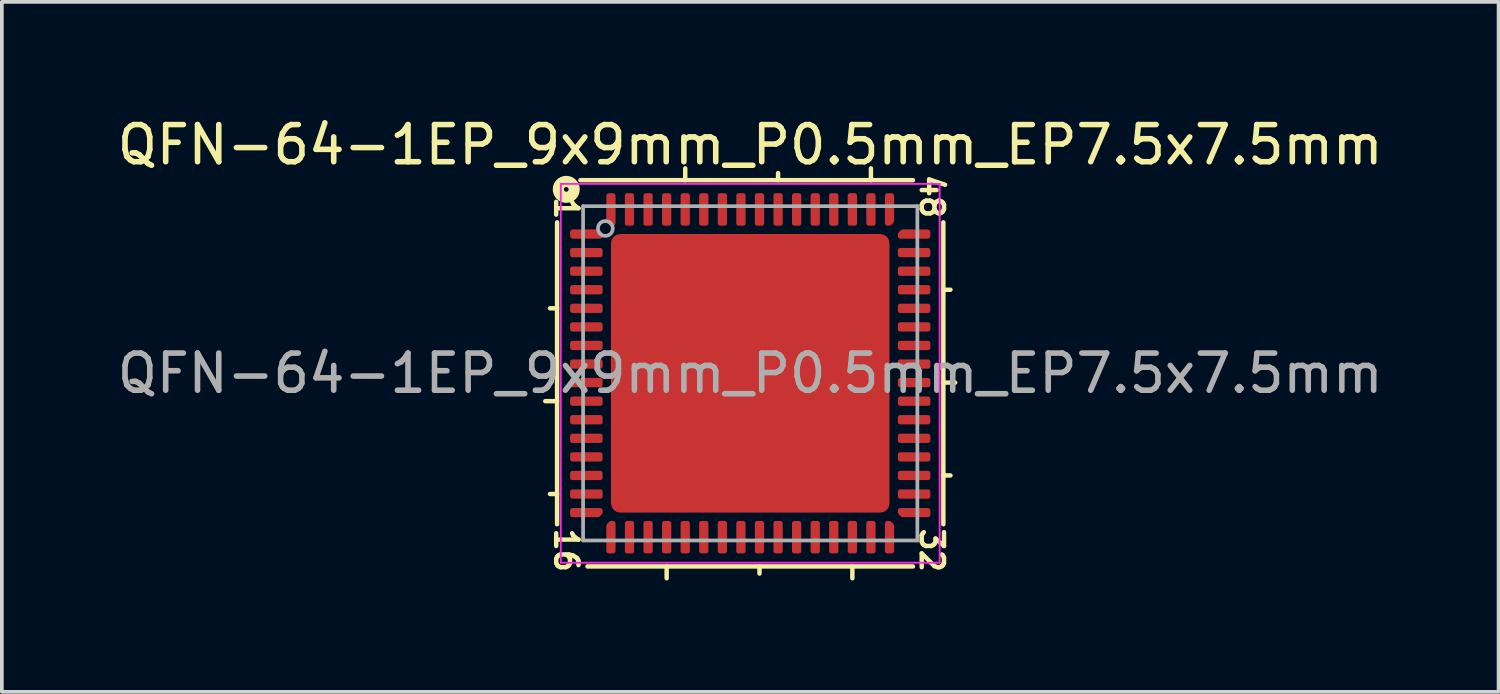
<source format=kicad_pcb>
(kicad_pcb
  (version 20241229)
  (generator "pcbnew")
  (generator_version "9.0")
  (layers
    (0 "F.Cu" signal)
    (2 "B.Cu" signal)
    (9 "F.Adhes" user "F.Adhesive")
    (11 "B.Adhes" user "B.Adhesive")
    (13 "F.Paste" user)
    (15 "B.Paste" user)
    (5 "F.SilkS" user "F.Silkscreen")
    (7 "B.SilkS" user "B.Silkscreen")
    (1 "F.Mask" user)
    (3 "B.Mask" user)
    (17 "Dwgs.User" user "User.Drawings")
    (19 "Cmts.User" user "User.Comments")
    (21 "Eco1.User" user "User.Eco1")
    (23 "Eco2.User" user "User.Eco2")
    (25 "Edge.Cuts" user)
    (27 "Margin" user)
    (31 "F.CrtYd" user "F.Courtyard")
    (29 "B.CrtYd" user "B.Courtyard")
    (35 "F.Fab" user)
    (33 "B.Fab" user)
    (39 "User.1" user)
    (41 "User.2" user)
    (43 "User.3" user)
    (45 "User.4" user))
  (footprint "QFN-64-1EP_9x9mm_P0.5mm_EP7.5x7.5mm"
    (layer "F.Cu")
    (at 17.149 7.001)
    (property "Reference" "QFN-64-1EP_9x9mm_P0.5mm_EP7.5x7.5mm" (at 0 -6.152 0) (layer "F.SilkS") (effects (font (size 1 1) (thickness 0.15))))
    (attr smd)
    (fp_line (start -5.2 -4.064) (end -5.2 4.064) (stroke (width 0.12) (type solid)) (layer "F.SilkS"))
    (fp_line (start -5.2 -1.75) (end -5.391 -1.75) (stroke (width 0.12) (type solid)) (layer "F.SilkS"))
    (fp_line (start -5.2 0.75) (end -5.518 0.75) (stroke (width 0.12) (type solid)) (layer "F.SilkS"))
    (fp_line (start -5.2 3.25) (end -5.391 3.25) (stroke (width 0.12) (type solid)) (layer "F.SilkS"))
    (fp_line (start -4.381 5.2) (end 4.381 5.2) (stroke (width 0.12) (type solid)) (layer "F.SilkS"))
    (fp_line (start -2.25 5.2) (end -2.25 5.518) (stroke (width 0.12) (type solid)) (layer "F.SilkS"))
    (fp_line (start -1.75 -5.2) (end -1.75 -5.518) (stroke (width 0.12) (type solid)) (layer "F.SilkS"))
    (fp_line (start 0.25 5.2) (end 0.25 5.391) (stroke (width 0.12) (type solid)) (layer "F.SilkS"))
    (fp_line (start 0.75 -5.2) (end 0.75 -5.391) (stroke (width 0.12) (type solid)) (layer "F.SilkS"))
    (fp_line (start 2.75 5.2) (end 2.75 5.518) (stroke (width 0.12) (type solid)) (layer "F.SilkS"))
    (fp_line (start 3.25 -5.2) (end 3.25 -5.518) (stroke (width 0.12) (type solid)) (layer "F.SilkS"))
    (fp_line (start 4.381 -5.2) (end -4.572 -5.2) (stroke (width 0.12) (type solid)) (layer "F.SilkS"))
    (fp_line (start 5.2 -2.25) (end 5.391 -2.25) (stroke (width 0.12) (type solid)) (layer "F.SilkS"))
    (fp_line (start 5.2 0.25) (end 5.518 0.25) (stroke (width 0.12) (type solid)) (layer "F.SilkS"))
    (fp_line (start 5.2 2.75) (end 5.391 2.75) (stroke (width 0.12) (type solid)) (layer "F.SilkS"))
    (fp_line (start 5.2 4.064) (end 5.2 -4.064) (stroke (width 0.12) (type solid)) (layer "F.SilkS"))
    (fp_circle (center -4.953 -4.953) (end -4.889 -4.953) (stroke (width 0.3) (type solid)) (fill no) (layer "F.SilkS"))
    (fp_line (start -5.1 -5.1) (end -5.1 5.1) (stroke (width 0.05) (type solid)) (layer "F.CrtYd"))
    (fp_line (start -5.1 5.1) (end 5.1 5.1) (stroke (width 0.05) (type solid)) (layer "F.CrtYd"))
    (fp_line (start 5.1 -5.1) (end -5.1 -5.1) (stroke (width 0.05) (type solid)) (layer "F.CrtYd"))
    (fp_line (start 5.1 5.1) (end 5.1 -5.1) (stroke (width 0.05) (type solid)) (layer "F.CrtYd"))
    (fp_line (start -4.5 -4.5) (end 4.5 -4.5) (stroke (width 0.1) (type solid)) (layer "F.Fab"))
    (fp_line (start -4.5 4.5) (end -4.5 -4.5) (stroke (width 0.1) (type solid)) (layer "F.Fab"))
    (fp_line (start 4.5 -4.5) (end 4.5 4.5) (stroke (width 0.1) (type solid)) (layer "F.Fab"))
    (fp_line (start 4.5 4.5) (end -4.5 4.5) (stroke (width 0.1) (type solid)) (layer "F.Fab"))
    (fp_circle (center -3.9 -3.9) (end -3.7 -3.9) (stroke (width 0.1) (type solid)) (fill no) (layer "F.Fab"))
    (fp_text user "48" (at 4.889 -4.763 270) (unlocked yes) (layer "F.SilkS") (effects (font (size 0.6 0.6) (thickness 0.12))))
    (fp_text user "16" (at -4.953 4.763 270) (unlocked yes) (layer "F.SilkS") (effects (font (size 0.6 0.6) (thickness 0.12))))
    (fp_text user "1" (at -4.953 -4.445 270) (unlocked yes) (layer "F.SilkS") (effects (font (size 0.6 0.6) (thickness 0.12))))
    (fp_text user "32" (at 4.889 4.763 270) (unlocked yes) (layer "F.SilkS") (effects (font (size 0.6 0.6) (thickness 0.12))))
    (fp_text user "${REFERENCE}" (at 0 0 0) (layer "F.Fab") (effects (font (size 1 1) (thickness 0.15))))
    (pad "" smd roundrect (at -3.125 -3.125) (size 1.01 1.01) (layers "F.Paste") (roundrect_rratio 0.248))
    (pad "" smd roundrect (at -3.125 -1.875) (size 1.01 1.01) (layers "F.Paste") (roundrect_rratio 0.248))
    (pad "" smd roundrect (at -3.125 -0.625) (size 1.01 1.01) (layers "F.Paste") (roundrect_rratio 0.248))
    (pad "" smd roundrect (at -3.125 0.625) (size 1.01 1.01) (layers "F.Paste") (roundrect_rratio 0.248))
    (pad "" smd roundrect (at -3.125 1.875) (size 1.01 1.01) (layers "F.Paste") (roundrect_rratio 0.248))
    (pad "" smd roundrect (at -3.125 3.125) (size 1.01 1.01) (layers "F.Paste") (roundrect_rratio 0.248))
    (pad "" smd roundrect (at -1.875 -3.125) (size 1.01 1.01) (layers "F.Paste") (roundrect_rratio 0.248))
    (pad "" smd roundrect (at -1.875 -1.875) (size 1.01 1.01) (layers "F.Paste") (roundrect_rratio 0.248))
    (pad "" smd roundrect (at -1.875 -0.625) (size 1.01 1.01) (layers "F.Paste") (roundrect_rratio 0.248))
    (pad "" smd roundrect (at -1.875 0.625) (size 1.01 1.01) (layers "F.Paste") (roundrect_rratio 0.248))
    (pad "" smd roundrect (at -1.875 1.875) (size 1.01 1.01) (layers "F.Paste") (roundrect_rratio 0.248))
    (pad "" smd roundrect (at -1.875 3.125) (size 1.01 1.01) (layers "F.Paste") (roundrect_rratio 0.248))
    (pad "" smd roundrect (at -0.625 -3.125) (size 1.01 1.01) (layers "F.Paste") (roundrect_rratio 0.248))
    (pad "" smd roundrect (at -0.625 -1.875) (size 1.01 1.01) (layers "F.Paste") (roundrect_rratio 0.248))
    (pad "" smd roundrect (at -0.625 -0.625) (size 1.01 1.01) (layers "F.Paste") (roundrect_rratio 0.248))
    (pad "" smd roundrect (at -0.625 0.625) (size 1.01 1.01) (layers "F.Paste") (roundrect_rratio 0.248))
    (pad "" smd roundrect (at -0.625 1.875) (size 1.01 1.01) (layers "F.Paste") (roundrect_rratio 0.248))
    (pad "" smd roundrect (at -0.625 3.125) (size 1.01 1.01) (layers "F.Paste") (roundrect_rratio 0.248))
    (pad "" smd roundrect (at 0.625 -3.125) (size 1.01 1.01) (layers "F.Paste") (roundrect_rratio 0.248))
    (pad "" smd roundrect (at 0.625 -1.875) (size 1.01 1.01) (layers "F.Paste") (roundrect_rratio 0.248))
    (pad "" smd roundrect (at 0.625 -0.625) (size 1.01 1.01) (layers "F.Paste") (roundrect_rratio 0.248))
    (pad "" smd roundrect (at 0.625 0.625) (size 1.01 1.01) (layers "F.Paste") (roundrect_rratio 0.248))
    (pad "" smd roundrect (at 0.625 1.875) (size 1.01 1.01) (layers "F.Paste") (roundrect_rratio 0.248))
    (pad "" smd roundrect (at 0.625 3.125) (size 1.01 1.01) (layers "F.Paste") (roundrect_rratio 0.248))
    (pad "" smd roundrect (at 1.875 -3.125) (size 1.01 1.01) (layers "F.Paste") (roundrect_rratio 0.248))
    (pad "" smd roundrect (at 1.875 -1.875) (size 1.01 1.01) (layers "F.Paste") (roundrect_rratio 0.248))
    (pad "" smd roundrect (at 1.875 -0.625) (size 1.01 1.01) (layers "F.Paste") (roundrect_rratio 0.248))
    (pad "" smd roundrect (at 1.875 0.625) (size 1.01 1.01) (layers "F.Paste") (roundrect_rratio 0.248))
    (pad "" smd roundrect (at 1.875 1.875) (size 1.01 1.01) (layers "F.Paste") (roundrect_rratio 0.248))
    (pad "" smd roundrect (at 1.875 3.125) (size 1.01 1.01) (layers "F.Paste") (roundrect_rratio 0.248))
    (pad "" smd roundrect (at 3.125 -3.125) (size 1.01 1.01) (layers "F.Paste") (roundrect_rratio 0.248))
    (pad "" smd roundrect (at 3.125 -1.875) (size 1.01 1.01) (layers "F.Paste") (roundrect_rratio 0.248))
    (pad "" smd roundrect (at 3.125 -0.625) (size 1.01 1.01) (layers "F.Paste") (roundrect_rratio 0.248))
    (pad "" smd roundrect (at 3.125 0.625) (size 1.01 1.01) (layers "F.Paste") (roundrect_rratio 0.248))
    (pad "" smd roundrect (at 3.125 1.875) (size 1.01 1.01) (layers "F.Paste") (roundrect_rratio 0.248))
    (pad "" smd roundrect (at 3.125 3.125) (size 1.01 1.01) (layers "F.Paste") (roundrect_rratio 0.248))
    (pad "1" smd custom (at -4.412 -3.75) (size 0.179 0.179) (layers "F.Cu" "F.Mask" "F.Paste") (options (anchor circle)) (primitives (gr_poly (pts (xy 0.375 0.001) (xy 0.375 0.062) (xy -0.375 0.062) (xy -0.375 -0.062) (xy 0.312 -0.062)) (width 0.125) (fill yes))))
    (pad "2" smd roundrect (at -4.412 -3.25) (size 0.875 0.25) (layers "F.Cu" "F.Mask" "F.Paste") (roundrect_rratio 0.25))
    (pad "3" smd roundrect (at -4.412 -2.75) (size 0.875 0.25) (layers "F.Cu" "F.Mask" "F.Paste") (roundrect_rratio 0.25))
    (pad "4" smd roundrect (at -4.412 -2.25) (size 0.875 0.25) (layers "F.Cu" "F.Mask" "F.Paste") (roundrect_rratio 0.25))
    (pad "5" smd roundrect (at -4.412 -1.75) (size 0.875 0.25) (layers "F.Cu" "F.Mask" "F.Paste") (roundrect_rratio 0.25))
    (pad "6" smd roundrect (at -4.412 -1.25) (size 0.875 0.25) (layers "F.Cu" "F.Mask" "F.Paste") (roundrect_rratio 0.25))
    (pad "7" smd roundrect (at -4.412 -0.75) (size 0.875 0.25) (layers "F.Cu" "F.Mask" "F.Paste") (roundrect_rratio 0.25))
    (pad "8" smd roundrect (at -4.412 -0.25) (size 0.875 0.25) (layers "F.Cu" "F.Mask" "F.Paste") (roundrect_rratio 0.25))
    (pad "9" smd roundrect (at -4.412 0.25) (size 0.875 0.25) (layers "F.Cu" "F.Mask" "F.Paste") (roundrect_rratio 0.25))
    (pad "10" smd roundrect (at -4.412 0.75) (size 0.875 0.25) (layers "F.Cu" "F.Mask" "F.Paste") (roundrect_rratio 0.25))
    (pad "11" smd roundrect (at -4.412 1.25) (size 0.875 0.25) (layers "F.Cu" "F.Mask" "F.Paste") (roundrect_rratio 0.25))
    (pad "12" smd roundrect (at -4.412 1.75) (size 0.875 0.25) (layers "F.Cu" "F.Mask" "F.Paste") (roundrect_rratio 0.25))
    (pad "13" smd roundrect (at -4.412 2.25) (size 0.875 0.25) (layers "F.Cu" "F.Mask" "F.Paste") (roundrect_rratio 0.25))
    (pad "14" smd roundrect (at -4.412 2.75) (size 0.875 0.25) (layers "F.Cu" "F.Mask" "F.Paste") (roundrect_rratio 0.25))
    (pad "15" smd roundrect (at -4.412 3.25) (size 0.875 0.25) (layers "F.Cu" "F.Mask" "F.Paste") (roundrect_rratio 0.25))
    (pad "16" smd custom (at -4.412 3.75) (size 0.179 0.179) (layers "F.Cu" "F.Mask" "F.Paste") (options (anchor circle)) (primitives (gr_poly (pts (xy 0.375 -0.001) (xy 0.312 0.062) (xy -0.375 0.062) (xy -0.375 -0.062) (xy 0.375 -0.062)) (width 0.125) (fill yes))))
    (pad "17" smd custom (at -3.75 4.412) (size 0.179 0.179) (layers "F.Cu" "F.Mask" "F.Paste") (options (anchor circle)) (primitives (gr_poly (pts (xy 0.062 0.375) (xy -0.062 0.375) (xy -0.062 -0.312) (xy 0.001 -0.375) (xy 0.062 -0.375)) (width 0.125) (fill yes))))
    (pad "18" smd roundrect (at -3.25 4.412) (size 0.25 0.875) (layers "F.Cu" "F.Mask" "F.Paste") (roundrect_rratio 0.25))
    (pad "19" smd roundrect (at -2.75 4.412) (size 0.25 0.875) (layers "F.Cu" "F.Mask" "F.Paste") (roundrect_rratio 0.25))
    (pad "20" smd roundrect (at -2.25 4.412) (size 0.25 0.875) (layers "F.Cu" "F.Mask" "F.Paste") (roundrect_rratio 0.25))
    (pad "21" smd roundrect (at -1.75 4.412) (size 0.25 0.875) (layers "F.Cu" "F.Mask" "F.Paste") (roundrect_rratio 0.25))
    (pad "22" smd roundrect (at -1.25 4.412) (size 0.25 0.875) (layers "F.Cu" "F.Mask" "F.Paste") (roundrect_rratio 0.25))
    (pad "23" smd roundrect (at -0.75 4.412) (size 0.25 0.875) (layers "F.Cu" "F.Mask" "F.Paste") (roundrect_rratio 0.25))
    (pad "24" smd roundrect (at -0.25 4.412) (size 0.25 0.875) (layers "F.Cu" "F.Mask" "F.Paste") (roundrect_rratio 0.25))
    (pad "25" smd roundrect (at 0.25 4.412) (size 0.25 0.875) (layers "F.Cu" "F.Mask" "F.Paste") (roundrect_rratio 0.25))
    (pad "26" smd roundrect (at 0.75 4.412) (size 0.25 0.875) (layers "F.Cu" "F.Mask" "F.Paste") (roundrect_rratio 0.25))
    (pad "27" smd roundrect (at 1.25 4.412) (size 0.25 0.875) (layers "F.Cu" "F.Mask" "F.Paste") (roundrect_rratio 0.25))
    (pad "28" smd roundrect (at 1.75 4.412) (size 0.25 0.875) (layers "F.Cu" "F.Mask" "F.Paste") (roundrect_rratio 0.25))
    (pad "29" smd roundrect (at 2.25 4.412) (size 0.25 0.875) (layers "F.Cu" "F.Mask" "F.Paste") (roundrect_rratio 0.25))
    (pad "30" smd roundrect (at 2.75 4.412) (size 0.25 0.875) (layers "F.Cu" "F.Mask" "F.Paste") (roundrect_rratio 0.25))
    (pad "31" smd roundrect (at 3.25 4.412) (size 0.25 0.875) (layers "F.Cu" "F.Mask" "F.Paste") (roundrect_rratio 0.25))
    (pad "32" smd custom (at 3.75 4.412) (size 0.179 0.179) (layers "F.Cu" "F.Mask" "F.Paste") (options (anchor circle)) (primitives (gr_poly (pts (xy 0.062 -0.312) (xy 0.062 0.375) (xy -0.062 0.375) (xy -0.062 -0.375) (xy -0.001 -0.375)) (width 0.125) (fill yes))))
    (pad "33" smd custom (at 4.412 3.75) (size 0.179 0.179) (layers "F.Cu" "F.Mask" "F.Paste") (options (anchor circle)) (primitives (gr_poly (pts (xy 0.375 0.062) (xy -0.312 0.062) (xy -0.375 -0.001) (xy -0.375 -0.062) (xy 0.375 -0.062)) (width 0.125) (fill yes))))
    (pad "34" smd roundrect (at 4.412 3.25) (size 0.875 0.25) (layers "F.Cu" "F.Mask" "F.Paste") (roundrect_rratio 0.25))
    (pad "35" smd roundrect (at 4.412 2.75) (size 0.875 0.25) (layers "F.Cu" "F.Mask" "F.Paste") (roundrect_rratio 0.25))
    (pad "36" smd roundrect (at 4.412 2.25) (size 0.875 0.25) (layers "F.Cu" "F.Mask" "F.Paste") (roundrect_rratio 0.25))
    (pad "37" smd roundrect (at 4.412 1.75) (size 0.875 0.25) (layers "F.Cu" "F.Mask" "F.Paste") (roundrect_rratio 0.25))
    (pad "38" smd roundrect (at 4.412 1.25) (size 0.875 0.25) (layers "F.Cu" "F.Mask" "F.Paste") (roundrect_rratio 0.25))
    (pad "39" smd roundrect (at 4.412 0.75) (size 0.875 0.25) (layers "F.Cu" "F.Mask" "F.Paste") (roundrect_rratio 0.25))
    (pad "40" smd roundrect (at 4.412 0.25) (size 0.875 0.25) (layers "F.Cu" "F.Mask" "F.Paste") (roundrect_rratio 0.25))
    (pad "41" smd roundrect (at 4.412 -0.25) (size 0.875 0.25) (layers "F.Cu" "F.Mask" "F.Paste") (roundrect_rratio 0.25))
    (pad "42" smd roundrect (at 4.412 -0.75) (size 0.875 0.25) (layers "F.Cu" "F.Mask" "F.Paste") (roundrect_rratio 0.25))
    (pad "43" smd roundrect (at 4.412 -1.25) (size 0.875 0.25) (layers "F.Cu" "F.Mask" "F.Paste") (roundrect_rratio 0.25))
    (pad "44" smd roundrect (at 4.412 -1.75) (size 0.875 0.25) (layers "F.Cu" "F.Mask" "F.Paste") (roundrect_rratio 0.25))
    (pad "45" smd roundrect (at 4.412 -2.25) (size 0.875 0.25) (layers "F.Cu" "F.Mask" "F.Paste") (roundrect_rratio 0.25))
    (pad "46" smd roundrect (at 4.412 -2.75) (size 0.875 0.25) (layers "F.Cu" "F.Mask" "F.Paste") (roundrect_rratio 0.25))
    (pad "47" smd roundrect (at 4.412 -3.25) (size 0.875 0.25) (layers "F.Cu" "F.Mask" "F.Paste") (roundrect_rratio 0.25))
    (pad "48" smd custom (at 4.412 -3.75) (size 0.179 0.179) (layers "F.Cu" "F.Mask" "F.Paste") (options (anchor circle)) (primitives (gr_poly (pts (xy 0.375 0.062) (xy -0.375 0.062) (xy -0.375 0.001) (xy -0.312 -0.062) (xy 0.375 -0.062)) (width 0.125) (fill yes))))
    (pad "49" smd custom (at 3.75 -4.412) (size 0.179 0.179) (layers "F.Cu" "F.Mask" "F.Paste") (options (anchor circle)) (primitives (gr_poly (pts (xy 0.062 0.312) (xy -0.001 0.375) (xy -0.062 0.375) (xy -0.062 -0.375) (xy 0.062 -0.375)) (width 0.125) (fill yes))))
    (pad "50" smd roundrect (at 3.25 -4.412) (size 0.25 0.875) (layers "F.Cu" "F.Mask" "F.Paste") (roundrect_rratio 0.25))
    (pad "51" smd roundrect (at 2.75 -4.412) (size 0.25 0.875) (layers "F.Cu" "F.Mask" "F.Paste") (roundrect_rratio 0.25))
    (pad "52" smd roundrect (at 2.25 -4.412) (size 0.25 0.875) (layers "F.Cu" "F.Mask" "F.Paste") (roundrect_rratio 0.25))
    (pad "53" smd roundrect (at 1.75 -4.412) (size 0.25 0.875) (layers "F.Cu" "F.Mask" "F.Paste") (roundrect_rratio 0.25))
    (pad "54" smd roundrect (at 1.25 -4.412) (size 0.25 0.875) (layers "F.Cu" "F.Mask" "F.Paste") (roundrect_rratio 0.25))
    (pad "55" smd roundrect (at 0.75 -4.412) (size 0.25 0.875) (layers "F.Cu" "F.Mask" "F.Paste") (roundrect_rratio 0.25))
    (pad "56" smd roundrect (at 0.25 -4.412) (size 0.25 0.875) (layers "F.Cu" "F.Mask" "F.Paste") (roundrect_rratio 0.25))
    (pad "57" smd roundrect (at -0.25 -4.412) (size 0.25 0.875) (layers "F.Cu" "F.Mask" "F.Paste") (roundrect_rratio 0.25))
    (pad "58" smd roundrect (at -0.75 -4.412) (size 0.25 0.875) (layers "F.Cu" "F.Mask" "F.Paste") (roundrect_rratio 0.25))
    (pad "59" smd roundrect (at -1.25 -4.412) (size 0.25 0.875) (layers "F.Cu" "F.Mask" "F.Paste") (roundrect_rratio 0.25))
    (pad "60" smd roundrect (at -1.75 -4.412) (size 0.25 0.875) (layers "F.Cu" "F.Mask" "F.Paste") (roundrect_rratio 0.25))
    (pad "61" smd roundrect (at -2.25 -4.412) (size 0.25 0.875) (layers "F.Cu" "F.Mask" "F.Paste") (roundrect_rratio 0.25))
    (pad "62" smd roundrect (at -2.75 -4.412) (size 0.25 0.875) (layers "F.Cu" "F.Mask" "F.Paste") (roundrect_rratio 0.25))
    (pad "63" smd roundrect (at -3.25 -4.412) (size 0.25 0.875) (layers "F.Cu" "F.Mask" "F.Paste") (roundrect_rratio 0.25))
    (pad "64" smd custom (at -3.75 -4.412) (size 0.179 0.179) (layers "F.Cu" "F.Mask" "F.Paste") (options (anchor circle)) (primitives (gr_poly (pts (xy 0.062 0.375) (xy 0.001 0.375) (xy -0.062 0.312) (xy -0.062 -0.375) (xy 0.062 -0.375)) (width 0.125) (fill yes))))
    (pad "65" smd roundrect (at 0 0) (size 7.5 7.5) (layers "F.Cu" "F.Mask") (roundrect_rratio 0.033)))
  (gr_rect
    (start -3 -3)
    (end 37.298 15.578)
    (stroke (width 0.1) (type default))
    (fill no)
    (layer "Edge.Cuts")))
</source>
